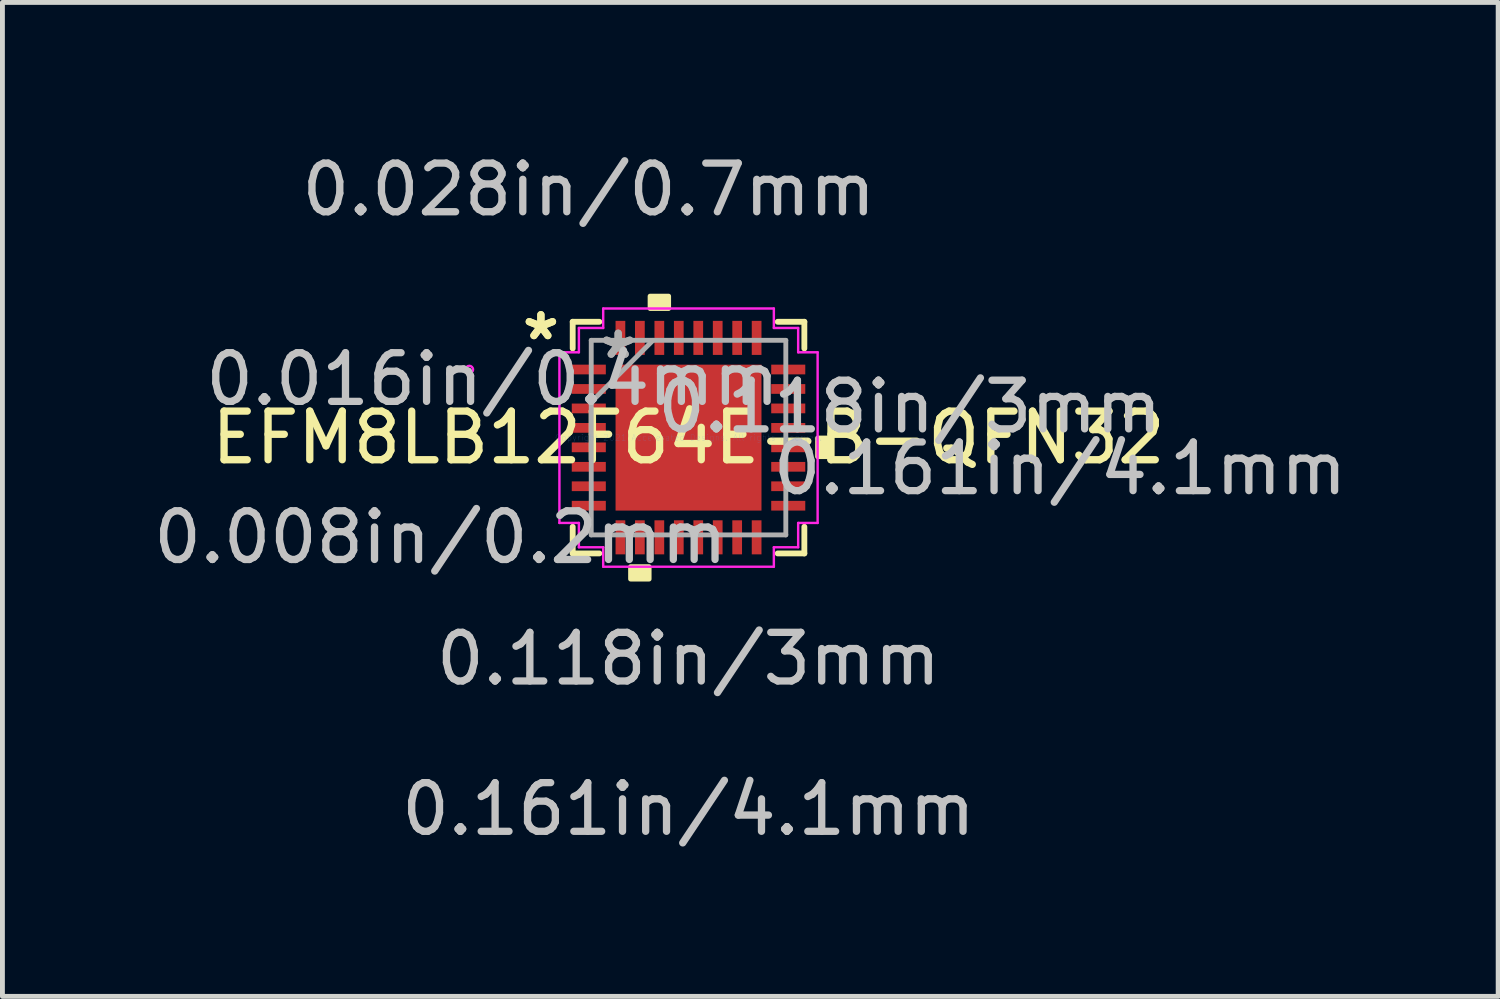
<source format=kicad_pcb>
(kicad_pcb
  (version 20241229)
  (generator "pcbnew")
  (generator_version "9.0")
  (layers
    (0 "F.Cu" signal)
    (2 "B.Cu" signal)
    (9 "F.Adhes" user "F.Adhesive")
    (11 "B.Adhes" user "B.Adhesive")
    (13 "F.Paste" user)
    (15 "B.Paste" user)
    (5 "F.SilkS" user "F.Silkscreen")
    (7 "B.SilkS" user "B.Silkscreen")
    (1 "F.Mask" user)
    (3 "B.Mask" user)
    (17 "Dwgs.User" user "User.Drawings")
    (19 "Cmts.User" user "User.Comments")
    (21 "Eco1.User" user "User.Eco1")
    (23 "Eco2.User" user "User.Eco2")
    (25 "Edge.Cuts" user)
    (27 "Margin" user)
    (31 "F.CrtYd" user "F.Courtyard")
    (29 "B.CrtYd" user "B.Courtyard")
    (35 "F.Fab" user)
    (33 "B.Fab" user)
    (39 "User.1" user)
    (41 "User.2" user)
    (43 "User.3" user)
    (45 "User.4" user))
  (footprint "EFM8LB12F64E-B-QFN32"
    (layer "F.Cu")
    (at 11.104 5.946)
    (property "Reference" "EFM8LB12F64E-B-QFN32" (at 0 0 0) (layer "F.SilkS") (effects (font (size 1 1) (thickness 0.15))))
    (attr through_hole)
    (fp_line (start -2.381 -2.381) (end -2.381 -1.833) (stroke (width 0.12) (type solid)) (layer "F.SilkS"))
    (fp_line (start -2.381 1.833) (end -2.381 2.381) (stroke (width 0.12) (type solid)) (layer "F.SilkS"))
    (fp_line (start -2.381 2.381) (end -1.833 2.381) (stroke (width 0.12) (type solid)) (layer "F.SilkS"))
    (fp_line (start -1.833 -2.381) (end -2.381 -2.381) (stroke (width 0.12) (type solid)) (layer "F.SilkS"))
    (fp_line (start 1.833 2.381) (end 2.381 2.381) (stroke (width 0.12) (type solid)) (layer "F.SilkS"))
    (fp_line (start 2.381 -2.381) (end 1.833 -2.381) (stroke (width 0.12) (type solid)) (layer "F.SilkS"))
    (fp_line (start 2.381 -1.833) (end 2.381 -2.381) (stroke (width 0.12) (type solid)) (layer "F.SilkS"))
    (fp_line (start 2.381 2.381) (end 2.381 1.833) (stroke (width 0.12) (type solid)) (layer "F.SilkS"))
    (fp_poly (pts (xy -1.191 2.654) (xy -1.191 2.908) (xy -0.81 2.908) (xy -0.81 2.654)) (stroke (width 0.1) (type solid)) (fill yes) (layer "F.SilkS"))
    (fp_poly (pts (xy -0.79 -2.654) (xy -0.79 -2.908) (xy -0.409 -2.908) (xy -0.409 -2.654)) (stroke (width 0.1) (type solid)) (fill yes) (layer "F.SilkS"))
    (fp_poly (pts (xy 2.908 0.009) (xy 2.908 0.391) (xy 2.654 0.391) (xy 2.654 0.009)) (stroke (width 0.1) (type solid)) (fill yes) (layer "F.SilkS"))
    (fp_poly (pts (xy -1.4 -1.4) (xy -1.4 -0.1) (xy -0.1 -0.1) (xy -0.1 -1.4)) (stroke (width 0.1) (type solid)) (fill yes) (layer "F.Paste"))
    (fp_poly (pts (xy -1.4 0.1) (xy -1.4 1.4) (xy -0.1 1.4) (xy -0.1 0.1)) (stroke (width 0.1) (type solid)) (fill yes) (layer "F.Paste"))
    (fp_poly (pts (xy 0.1 -1.4) (xy 0.1 -0.1) (xy 1.4 -0.1) (xy 1.4 -1.4)) (stroke (width 0.1) (type solid)) (fill yes) (layer "F.Paste"))
    (fp_poly (pts (xy 0.1 0.1) (xy 0.1 1.4) (xy 1.4 1.4) (xy 1.4 0.1)) (stroke (width 0.1) (type solid)) (fill yes) (layer "F.Paste"))
    (fp_line (start -2.654 -1.754) (end -2.254 -1.754) (stroke (width 0.05) (type solid)) (layer "F.CrtYd"))
    (fp_line (start -2.654 1.754) (end -2.654 -1.754) (stroke (width 0.05) (type solid)) (layer "F.CrtYd"))
    (fp_line (start -2.254 -2.254) (end -1.754 -2.254) (stroke (width 0.05) (type solid)) (layer "F.CrtYd"))
    (fp_line (start -2.254 -1.754) (end -2.254 -2.254) (stroke (width 0.05) (type solid)) (layer "F.CrtYd"))
    (fp_line (start -2.254 1.754) (end -2.654 1.754) (stroke (width 0.05) (type solid)) (layer "F.CrtYd"))
    (fp_line (start -2.254 2.254) (end -2.254 1.754) (stroke (width 0.05) (type solid)) (layer "F.CrtYd"))
    (fp_line (start -1.754 -2.654) (end 1.754 -2.654) (stroke (width 0.05) (type solid)) (layer "F.CrtYd"))
    (fp_line (start -1.754 -2.254) (end -1.754 -2.654) (stroke (width 0.05) (type solid)) (layer "F.CrtYd"))
    (fp_line (start -1.754 2.254) (end -2.254 2.254) (stroke (width 0.05) (type solid)) (layer "F.CrtYd"))
    (fp_line (start -1.754 2.654) (end -1.754 2.254) (stroke (width 0.05) (type solid)) (layer "F.CrtYd"))
    (fp_line (start 1.754 -2.654) (end 1.754 -2.254) (stroke (width 0.05) (type solid)) (layer "F.CrtYd"))
    (fp_line (start 1.754 -2.254) (end 2.254 -2.254) (stroke (width 0.05) (type solid)) (layer "F.CrtYd"))
    (fp_line (start 1.754 2.254) (end 1.754 2.654) (stroke (width 0.05) (type solid)) (layer "F.CrtYd"))
    (fp_line (start 1.754 2.654) (end -1.754 2.654) (stroke (width 0.05) (type solid)) (layer "F.CrtYd"))
    (fp_line (start 2.254 -2.254) (end 2.254 -1.754) (stroke (width 0.05) (type solid)) (layer "F.CrtYd"))
    (fp_line (start 2.254 -1.754) (end 2.654 -1.754) (stroke (width 0.05) (type solid)) (layer "F.CrtYd"))
    (fp_line (start 2.254 1.754) (end 2.254 2.254) (stroke (width 0.05) (type solid)) (layer "F.CrtYd"))
    (fp_line (start 2.254 2.254) (end 1.754 2.254) (stroke (width 0.05) (type solid)) (layer "F.CrtYd"))
    (fp_line (start 2.654 -1.754) (end 2.654 1.754) (stroke (width 0.05) (type solid)) (layer "F.CrtYd"))
    (fp_line (start 2.654 1.754) (end 2.254 1.754) (stroke (width 0.05) (type solid)) (layer "F.CrtYd"))
    (fp_circle (center -4.506 -1.4) (end -4.43 -1.4) (stroke (width 0.05) (type solid)) (fill no) (layer "F.CrtYd"))
    (fp_line (start -2 -2) (end -2 2) (stroke (width 0.1) (type solid)) (layer "F.Fab"))
    (fp_line (start -2 -0.73) (end -0.73 -2) (stroke (width 0.1) (type solid)) (layer "F.Fab"))
    (fp_line (start -2 2) (end 2 2) (stroke (width 0.1) (type solid)) (layer "F.Fab"))
    (fp_line (start 2 -2) (end -2 -2) (stroke (width 0.1) (type solid)) (layer "F.Fab"))
    (fp_line (start 2 2) (end 2 -2) (stroke (width 0.1) (type solid)) (layer "F.Fab"))
    (fp_text user "*" (at -3.035 -1.981 0) (layer "F.SilkS") (effects (font (size 1 1) (thickness 0.15))))
    (fp_text user "*" (at -3.035 -1.981 0) (layer "F.SilkS") (effects (font (size 1 1) (thickness 0.15))))
    (fp_text user "0.118in/3mm" (at 0 4.548 0) (layer "Dwgs.User") (effects (font (size 1 1) (thickness 0.15))))
    (fp_text user "0.161in/4.1mm" (at 7.638 0.635 0) (layer "Dwgs.User") (effects (font (size 1 1) (thickness 0.15))))
    (fp_text user "0.161in/4.1mm" (at 0 7.638 0) (layer "Dwgs.User") (effects (font (size 1 1) (thickness 0.15))))
    (fp_text user "0.008in/0.2mm" (at -5.098 2.05 0) (layer "Dwgs.User") (effects (font (size 1 1) (thickness 0.15))))
    (fp_text user "0.028in/0.7mm" (at -2.05 -5.098 0) (layer "Dwgs.User") (effects (font (size 1 1) (thickness 0.15))))
    (fp_text user "0.118in/3mm" (at 4.548 -0.635 0) (layer "Dwgs.User") (effects (font (size 1 1) (thickness 0.15))))
    (fp_text user "0.016in/0.4mm" (at -4.028 -1.2 0) (layer "Dwgs.User") (effects (font (size 1 1) (thickness 0.15))))
    (fp_text user "Copyright 2021 Accelerated Designs. All rights reserved." (at 0 0 0) (layer "Cmts.User") (effects (font (size 0.127 0.127) (thickness 0.002))))
    (fp_text user "*" (at -1.446 -1.6 0) (layer "F.Fab") (effects (font (size 1 1) (thickness 0.15))))
    (fp_text user "*" (at -1.446 -1.6 0) (layer "F.Fab") (effects (font (size 1 1) (thickness 0.15))))
    (pad "1" smd rect (at -2.05 -1.4 90) (size 0.2 0.7) (layers "F.Cu" "F.Mask" "F.Paste"))
    (pad "2" smd rect (at -2.05 -1 90) (size 0.2 0.7) (layers "F.Cu" "F.Mask" "F.Paste"))
    (pad "3" smd rect (at -2.05 -0.6 90) (size 0.2 0.7) (layers "F.Cu" "F.Mask" "F.Paste"))
    (pad "4" smd rect (at -2.05 -0.2 90) (size 0.2 0.7) (layers "F.Cu" "F.Mask" "F.Paste"))
    (pad "5" smd rect (at -2.05 0.2 90) (size 0.2 0.7) (layers "F.Cu" "F.Mask" "F.Paste"))
    (pad "6" smd rect (at -2.05 0.6 90) (size 0.2 0.7) (layers "F.Cu" "F.Mask" "F.Paste"))
    (pad "7" smd rect (at -2.05 1 90) (size 0.2 0.7) (layers "F.Cu" "F.Mask" "F.Paste"))
    (pad "8" smd rect (at -2.05 1.4 90) (size 0.2 0.7) (layers "F.Cu" "F.Mask" "F.Paste"))
    (pad "9" smd rect (at -1.4 2.05) (size 0.2 0.7) (layers "F.Cu" "F.Mask" "F.Paste"))
    (pad "10" smd rect (at -1 2.05) (size 0.2 0.7) (layers "F.Cu" "F.Mask" "F.Paste"))
    (pad "11" smd rect (at -0.6 2.05) (size 0.2 0.7) (layers "F.Cu" "F.Mask" "F.Paste"))
    (pad "12" smd rect (at -0.2 2.05) (size 0.2 0.7) (layers "F.Cu" "F.Mask" "F.Paste"))
    (pad "13" smd rect (at 0.2 2.05) (size 0.2 0.7) (layers "F.Cu" "F.Mask" "F.Paste"))
    (pad "14" smd rect (at 0.6 2.05) (size 0.2 0.7) (layers "F.Cu" "F.Mask" "F.Paste"))
    (pad "15" smd rect (at 1 2.05) (size 0.2 0.7) (layers "F.Cu" "F.Mask" "F.Paste"))
    (pad "16" smd rect (at 1.4 2.05) (size 0.2 0.7) (layers "F.Cu" "F.Mask" "F.Paste"))
    (pad "17" smd rect (at 2.05 1.4 90) (size 0.2 0.7) (layers "F.Cu" "F.Mask" "F.Paste"))
    (pad "18" smd rect (at 2.05 1 90) (size 0.2 0.7) (layers "F.Cu" "F.Mask" "F.Paste"))
    (pad "19" smd rect (at 2.05 0.6 90) (size 0.2 0.7) (layers "F.Cu" "F.Mask" "F.Paste"))
    (pad "20" smd rect (at 2.05 0.2 90) (size 0.2 0.7) (layers "F.Cu" "F.Mask" "F.Paste"))
    (pad "21" smd rect (at 2.05 -0.2 90) (size 0.2 0.7) (layers "F.Cu" "F.Mask" "F.Paste"))
    (pad "22" smd rect (at 2.05 -0.6 90) (size 0.2 0.7) (layers "F.Cu" "F.Mask" "F.Paste"))
    (pad "23" smd rect (at 2.05 -1 90) (size 0.2 0.7) (layers "F.Cu" "F.Mask" "F.Paste"))
    (pad "24" smd rect (at 2.05 -1.4 90) (size 0.2 0.7) (layers "F.Cu" "F.Mask" "F.Paste"))
    (pad "25" smd rect (at 1.4 -2.05) (size 0.2 0.7) (layers "F.Cu" "F.Mask" "F.Paste"))
    (pad "26" smd rect (at 1 -2.05) (size 0.2 0.7) (layers "F.Cu" "F.Mask" "F.Paste"))
    (pad "27" smd rect (at 0.6 -2.05) (size 0.2 0.7) (layers "F.Cu" "F.Mask" "F.Paste"))
    (pad "28" smd rect (at 0.2 -2.05) (size 0.2 0.7) (layers "F.Cu" "F.Mask" "F.Paste"))
    (pad "29" smd rect (at -0.2 -2.05) (size 0.2 0.7) (layers "F.Cu" "F.Mask" "F.Paste"))
    (pad "30" smd rect (at -0.6 -2.05) (size 0.2 0.7) (layers "F.Cu" "F.Mask" "F.Paste"))
    (pad "31" smd rect (at -1 -2.05) (size 0.2 0.7) (layers "F.Cu" "F.Mask" "F.Paste"))
    (pad "32" smd rect (at -1.4 -2.05) (size 0.2 0.7) (layers "F.Cu" "F.Mask" "F.Paste"))
    (pad "33" smd rect (at 0 0) (size 3 3) (layers "F.Cu" "F.Mask")))
  (gr_rect
    (start -3 -3)
    (end 27.748 17.433)
    (stroke (width 0.1) (type default))
    (fill no)
    (layer "Edge.Cuts")))
</source>
